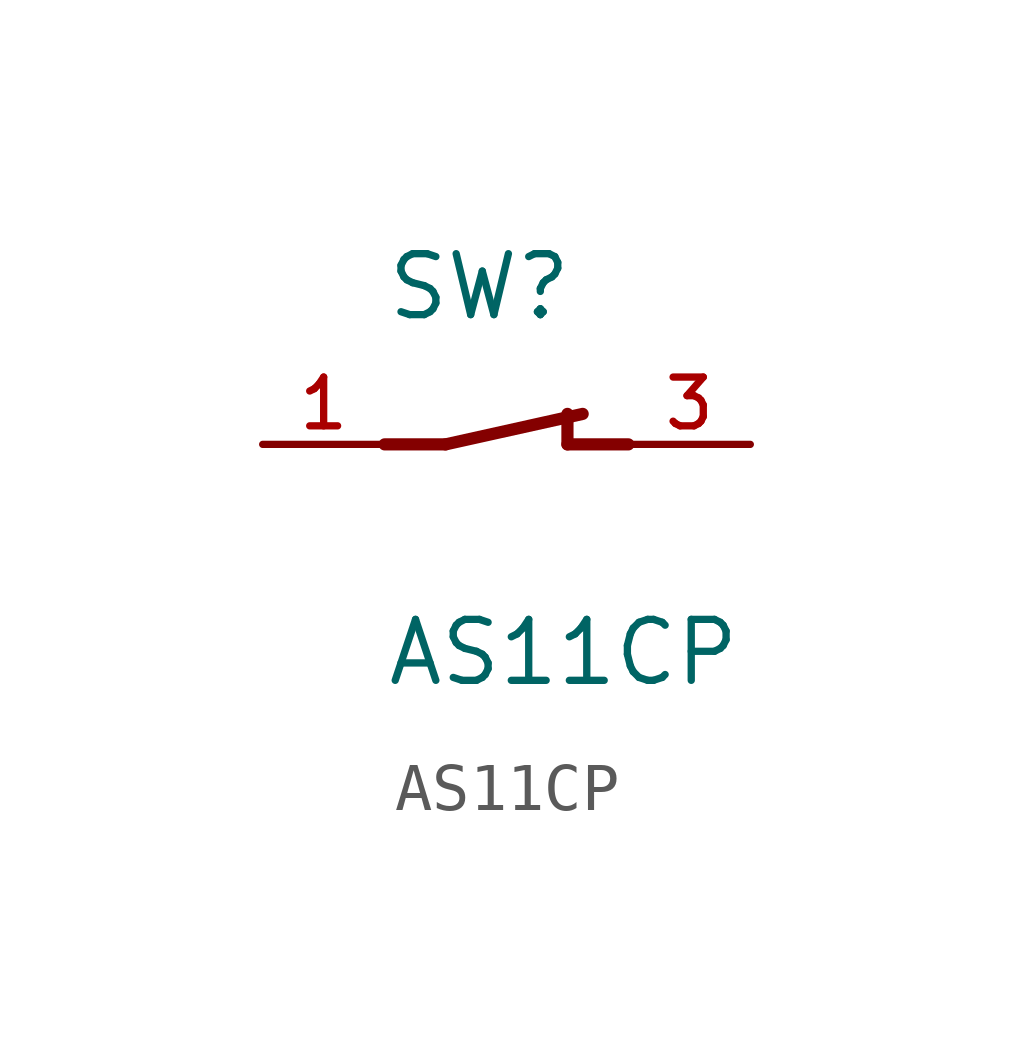
<source format=kicad_sym>
(kicad_symbol_lib
  (version 20241209)
  (generator "kicad_symbol_editor")
  (generator_version "9.0")
  (symbol "AS11CP"
    (pin_names
      (offset 1.016))
    (property "Reference" "SW"
      (at -2.54 2.54 0)
      (effects (font (size 1.27 1.27)) (justify left bottom)))
    (property "Value" "AS11CP"
      (at -2.54 -5.08 0)
      (effects (font (size 1.27 1.27)) (justify left bottom)))
    (symbol "AS11CP_0_0"
      (polyline (pts (xy -2.54 0) (xy -1.27 0)) (stroke (width 0.254) (type default)) (fill (type none)))
      (polyline (pts (xy -1.27 0) (xy 1.587 0.635)) (stroke (width 0.254) (type default)) (fill (type none)))
      (polyline (pts (xy 1.27 0) (xy 1.27 0.635)) (stroke (width 0.254) (type default)) (fill (type none)))
      (polyline (pts (xy 1.27 0) (xy 2.54 0)) (stroke (width 0.254) (type default)) (fill (type none)))
      (pin passive line (at -5.08 0 0) (length 2.54) (name "~" (effects (font (size 1.016 1.016)))) (number "1" (effects (font (size 1.016 1.016)))))
      (pin passive line (at 5.08 0 180) (length 2.54) (name "~" (effects (font (size 1.016 1.016)))) (number "3" (effects (font (size 1.016 1.016))))))))
</source>
